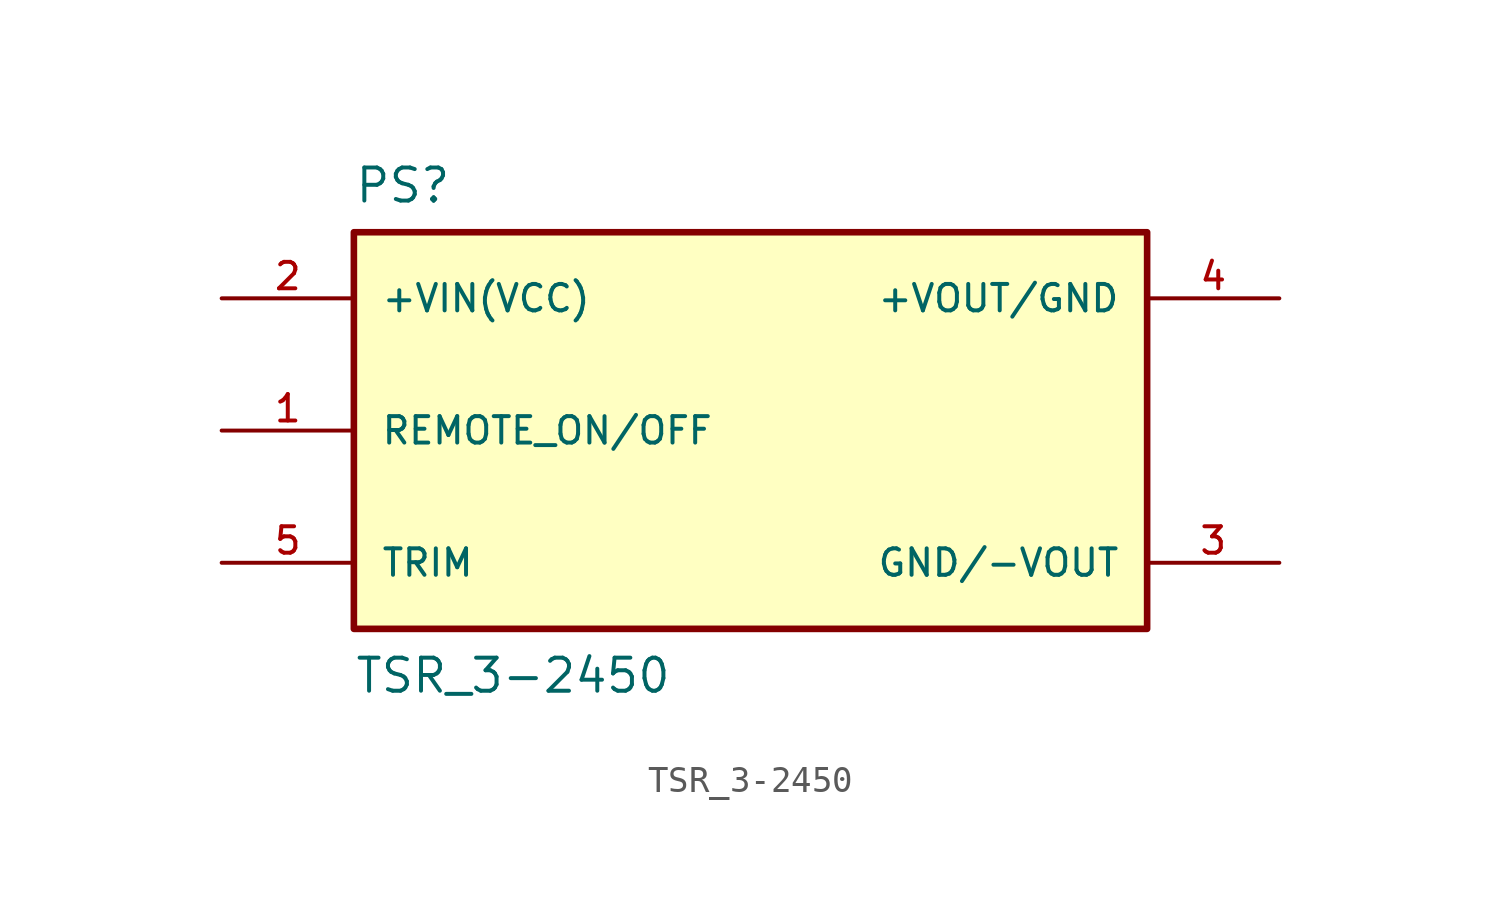
<source format=kicad_sym>
(kicad_symbol_lib
  (version 20211014)
  (generator kicad_symbol_editor)
  (symbol "TSR_3-2450"
    (pin_names
      (offset 1.016))
    (property "Reference" "PS"
      (at -15.24 10.16 0)
      (effects (font (size 1.27 1.27)) (justify top left)))
    (property "Value" "TSR_3-2450"
      (at -15.24 -10.16 0)
      (effects (font (size 1.27 1.27)) (justify bottom left)))
    (symbol "TSR_3-2450_0_0"
      (rectangle (start -15.24 -7.62) (end 15.24 7.62) (stroke (width 0.254)) (fill (type background)))
      (pin input line (at -20.32 5.08 0) (length 5.08) (name "+VIN(VCC)" (effects (font (size 1.016 1.016)))) (number "2" (effects (font (size 1.016 1.016)))))
      (pin passive line (at 20.32 5.08 180.0) (length 5.08) (name "+VOUT/GND" (effects (font (size 1.016 1.016)))) (number "4" (effects (font (size 1.016 1.016)))))
      (pin passive line (at 20.32 -5.08 180.0) (length 5.08) (name "GND/-VOUT" (effects (font (size 1.016 1.016)))) (number "3" (effects (font (size 1.016 1.016)))))
      (pin input line (at -20.32 0.0 0) (length 5.08) (name "REMOTE_ON/OFF" (effects (font (size 1.016 1.016)))) (number "1" (effects (font (size 1.016 1.016)))))
      (pin passive line (at -20.32 -5.08 0) (length 5.08) (name "TRIM" (effects (font (size 1.016 1.016)))) (number "5" (effects (font (size 1.016 1.016))))))))
</source>
